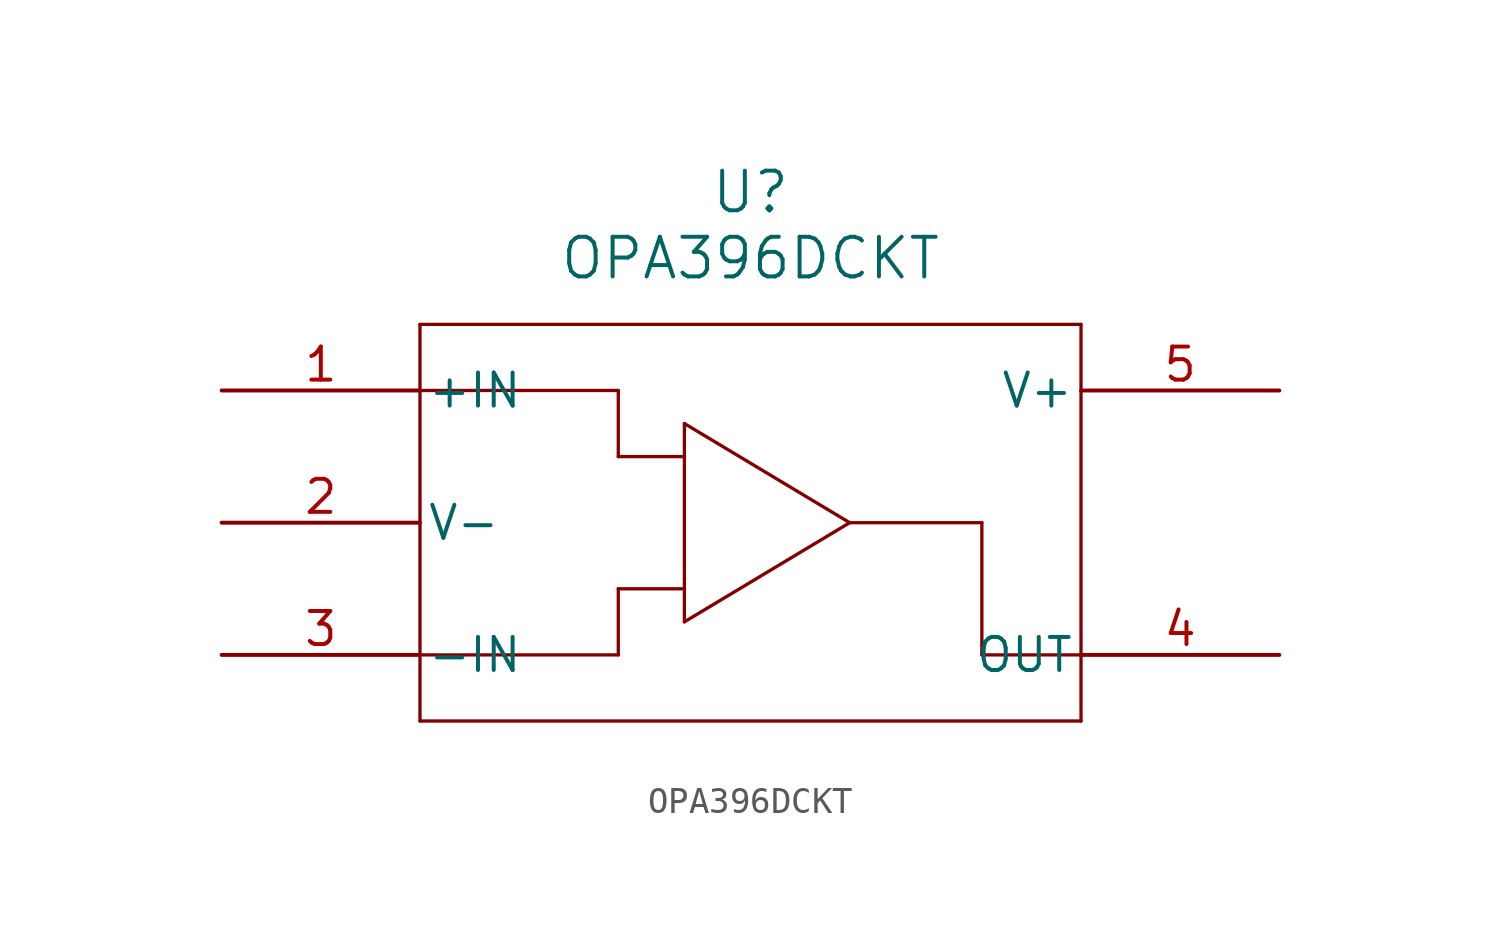
<source format=kicad_sym>
(kicad_symbol_lib
  (version 20211014)
  (generator kicad_symbol_editor)
  (symbol "OPA396DCKT"
    (pin_names
      (offset 0.254))
    (property "Reference" "U"
      (at 20.32 7.62 0)
      (effects (font (size 1.524 1.524))))
    (property "Value" "OPA396DCKT"
      (at 20.32 5.08 0)
      (effects (font (size 1.524 1.524))))
    (symbol "OPA396DCKT_0_1"
      (polyline (pts (xy 7.62 2.54) (xy 7.62 -12.7)) (stroke (width 0.127) (type default) (color 0 0 0 0)) (fill (type none)))
      (polyline (pts (xy 7.62 -12.7) (xy 33.02 -12.7)) (stroke (width 0.127) (type default) (color 0 0 0 0)) (fill (type none)))
      (polyline (pts (xy 33.02 -12.7) (xy 33.02 2.54)) (stroke (width 0.127) (type default) (color 0 0 0 0)) (fill (type none)))
      (polyline (pts (xy 33.02 2.54) (xy 7.62 2.54)) (stroke (width 0.127) (type default) (color 0 0 0 0)) (fill (type none)))
      (polyline (pts (xy 7.62 -10.16) (xy 15.24 -10.16)) (stroke (width 0.127) (type default) (color 0 0 0 0)) (fill (type none)))
      (polyline (pts (xy 15.24 -10.16) (xy 15.24 -7.62)) (stroke (width 0.127) (type default) (color 0 0 0 0)) (fill (type none)))
      (polyline (pts (xy 7.62 0) (xy 15.24 0)) (stroke (width 0.127) (type default) (color 0 0 0 0)) (fill (type none)))
      (polyline (pts (xy 15.24 0) (xy 15.24 -2.54)) (stroke (width 0.127) (type default) (color 0 0 0 0)) (fill (type none)))
      (polyline (pts (xy 15.24 -2.54) (xy 17.78 -2.54)) (stroke (width 0.127) (type default) (color 0 0 0 0)) (fill (type none)))
      (polyline (pts (xy 15.24 -7.62) (xy 17.78 -7.62)) (stroke (width 0.127) (type default) (color 0 0 0 0)) (fill (type none)))
      (polyline (pts (xy 17.78 -1.27) (xy 17.78 -8.89)) (stroke (width 0.127) (type default) (color 0 0 0 0)) (fill (type none)))
      (polyline (pts (xy 17.78 -8.89) (xy 24.13 -5.08)) (stroke (width 0.127) (type default) (color 0 0 0 0)) (fill (type none)))
      (polyline (pts (xy 17.78 -1.27) (xy 24.13 -5.08)) (stroke (width 0.127) (type default) (color 0 0 0 0)) (fill (type none)))
      (polyline (pts (xy 33.02 -10.16) (xy 29.21 -10.16)) (stroke (width 0.127) (type default) (color 0 0 0 0)) (fill (type none)))
      (polyline (pts (xy 29.21 -10.16) (xy 29.21 -5.08)) (stroke (width 0.127) (type default) (color 0 0 0 0)) (fill (type none)))
      (polyline (pts (xy 29.21 -5.08) (xy 24.13 -5.08)) (stroke (width 0.127) (type default) (color 0 0 0 0)) (fill (type none)))
      (pin input line (at 0 0 0) (length 7.62) (name "+IN" (effects (font (size 1.27 1.27)))) (number "1" (effects (font (size 1.27 1.27)))))
      (pin power_in line (at 0 -5.08 0) (length 7.62) (name "V-" (effects (font (size 1.27 1.27)))) (number "2" (effects (font (size 1.27 1.27)))))
      (pin input line (at 0 -10.16 0) (length 7.62) (name "-IN" (effects (font (size 1.27 1.27)))) (number "3" (effects (font (size 1.27 1.27)))))
      (pin output line (at 40.64 -10.16 180) (length 7.62) (name "OUT" (effects (font (size 1.27 1.27)))) (number "4" (effects (font (size 1.27 1.27)))))
      (pin power_in line (at 40.64 0 180) (length 7.62) (name "V+" (effects (font (size 1.27 1.27)))) (number "5" (effects (font (size 1.27 1.27))))))))
</source>
